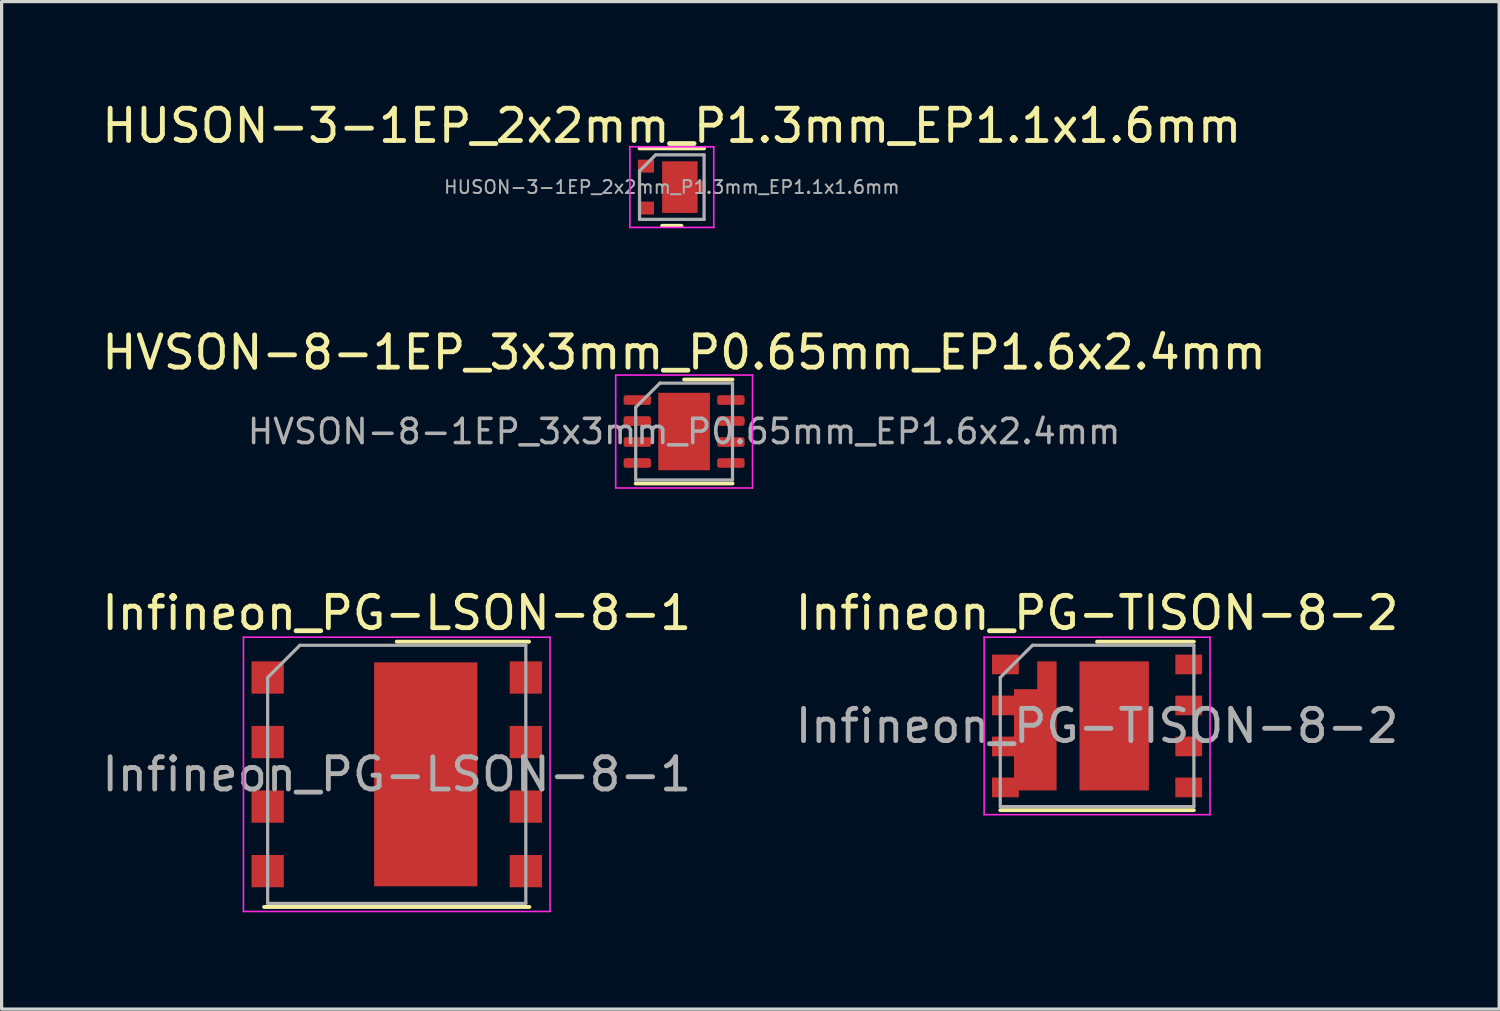
<source format=kicad_pcb>
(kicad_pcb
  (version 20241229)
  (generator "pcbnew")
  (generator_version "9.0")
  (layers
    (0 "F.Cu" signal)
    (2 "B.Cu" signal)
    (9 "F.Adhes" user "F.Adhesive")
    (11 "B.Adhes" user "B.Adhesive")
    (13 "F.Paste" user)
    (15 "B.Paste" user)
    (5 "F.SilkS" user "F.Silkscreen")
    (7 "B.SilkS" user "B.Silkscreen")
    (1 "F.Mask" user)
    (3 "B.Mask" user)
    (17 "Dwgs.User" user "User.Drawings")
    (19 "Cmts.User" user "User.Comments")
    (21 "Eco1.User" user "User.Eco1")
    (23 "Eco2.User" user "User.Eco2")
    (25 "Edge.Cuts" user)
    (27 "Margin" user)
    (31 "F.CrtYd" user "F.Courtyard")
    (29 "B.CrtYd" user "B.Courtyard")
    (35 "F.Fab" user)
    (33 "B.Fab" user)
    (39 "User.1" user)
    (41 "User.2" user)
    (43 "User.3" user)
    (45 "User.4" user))
  (footprint "HVSON-8-1EP_3x3mm_P0.65mm_EP1.6x2.4mm"
    (layer "F.Cu")
    (at 18.149 10.322)
    (property "Reference" "HVSON-8-1EP_3x3mm_P0.65mm_EP1.6x2.4mm" (at 0 -2.45 0) (layer "F.SilkS") (effects (font (size 1 1) (thickness 0.15))))
    (attr smd)
    (fp_line (start -1.5 1.61) (end 1.5 1.61) (stroke (width 0.12) (type solid)) (layer "F.SilkS"))
    (fp_line (start 0 -1.61) (end 1.5 -1.61) (stroke (width 0.12) (type solid)) (layer "F.SilkS"))
    (fp_line (start -2.12 -1.75) (end -2.12 1.75) (stroke (width 0.05) (type solid)) (layer "F.CrtYd"))
    (fp_line (start -2.12 1.75) (end 2.12 1.75) (stroke (width 0.05) (type solid)) (layer "F.CrtYd"))
    (fp_line (start 2.12 -1.75) (end -2.12 -1.75) (stroke (width 0.05) (type solid)) (layer "F.CrtYd"))
    (fp_line (start 2.12 1.75) (end 2.12 -1.75) (stroke (width 0.05) (type solid)) (layer "F.CrtYd"))
    (fp_line (start -1.5 -0.75) (end -0.75 -1.5) (stroke (width 0.1) (type solid)) (layer "F.Fab"))
    (fp_line (start -1.5 1.5) (end -1.5 -0.75) (stroke (width 0.1) (type solid)) (layer "F.Fab"))
    (fp_line (start -0.75 -1.5) (end 1.5 -1.5) (stroke (width 0.1) (type solid)) (layer "F.Fab"))
    (fp_line (start 1.5 -1.5) (end 1.5 1.5) (stroke (width 0.1) (type solid)) (layer "F.Fab"))
    (fp_line (start 1.5 1.5) (end -1.5 1.5) (stroke (width 0.1) (type solid)) (layer "F.Fab"))
    (fp_text user "${REFERENCE}" (at 0 0 0) (layer "F.Fab") (effects (font (size 0.75 0.75) (thickness 0.11))))
    (pad "" smd roundrect (at -0.4 -0.6) (size 0.64 0.97) (layers "F.Paste") (roundrect_rratio 0.25))
    (pad "" smd roundrect (at -0.4 0.6) (size 0.64 0.97) (layers "F.Paste") (roundrect_rratio 0.25))
    (pad "" smd roundrect (at 0.4 -0.6) (size 0.64 0.97) (layers "F.Paste") (roundrect_rratio 0.25))
    (pad "" smd roundrect (at 0.4 0.6) (size 0.64 0.97) (layers "F.Paste") (roundrect_rratio 0.25))
    (pad "1" smd roundrect (at -1.45 -0.975) (size 0.85 0.3) (layers "F.Cu" "F.Mask" "F.Paste") (roundrect_rratio 0.25))
    (pad "2" smd roundrect (at -1.45 -0.325) (size 0.85 0.3) (layers "F.Cu" "F.Mask" "F.Paste") (roundrect_rratio 0.25))
    (pad "3" smd roundrect (at -1.45 0.325) (size 0.85 0.3) (layers "F.Cu" "F.Mask" "F.Paste") (roundrect_rratio 0.25))
    (pad "4" smd roundrect (at -1.45 0.975) (size 0.85 0.3) (layers "F.Cu" "F.Mask" "F.Paste") (roundrect_rratio 0.25))
    (pad "5" smd roundrect (at 1.45 0.975) (size 0.85 0.3) (layers "F.Cu" "F.Mask" "F.Paste") (roundrect_rratio 0.25))
    (pad "6" smd roundrect (at 1.45 0.325) (size 0.85 0.3) (layers "F.Cu" "F.Mask" "F.Paste") (roundrect_rratio 0.25))
    (pad "7" smd roundrect (at 1.45 -0.325) (size 0.85 0.3) (layers "F.Cu" "F.Mask" "F.Paste") (roundrect_rratio 0.25))
    (pad "8" smd roundrect (at 1.45 -0.975) (size 0.85 0.3) (layers "F.Cu" "F.Mask" "F.Paste") (roundrect_rratio 0.25))
    (pad "9" smd rect (at 0 0) (size 1.6 2.4) (layers "F.Cu" "F.Mask")))
  (footprint "HUSON-3-1EP_2x2mm_P1.3mm_EP1.1x1.6mm"
    (layer "F.Cu")
    (at 17.768 2.748)
    (property "Reference" "HUSON-3-1EP_2x2mm_P1.3mm_EP1.1x1.6mm" (at 0 -1.9 0) (layer "F.SilkS") (effects (font (size 1 1) (thickness 0.15))))
    (attr smd)
    (fp_line (start -0.3 1.2) (end 0.3 1.2) (stroke (width 0.12) (type solid)) (layer "F.SilkS"))
    (fp_line (start 1 -1.2) (end -1 -1.2) (stroke (width 0.12) (type solid)) (layer "F.SilkS"))
    (fp_line (start -1.3 -1.25) (end 1.3 -1.25) (stroke (width 0.05) (type solid)) (layer "F.CrtYd"))
    (fp_line (start -1.3 1.25) (end -1.3 -1.25) (stroke (width 0.05) (type solid)) (layer "F.CrtYd"))
    (fp_line (start 1.3 -1.25) (end 1.3 1.25) (stroke (width 0.05) (type solid)) (layer "F.CrtYd"))
    (fp_line (start 1.3 1.25) (end -1.3 1.25) (stroke (width 0.05) (type solid)) (layer "F.CrtYd"))
    (fp_line (start -1 -0.5) (end -0.5 -1) (stroke (width 0.1) (type solid)) (layer "F.Fab"))
    (fp_line (start -1 1) (end -1 -0.5) (stroke (width 0.1) (type solid)) (layer "F.Fab"))
    (fp_line (start -0.5 -1) (end 1 -1) (stroke (width 0.1) (type solid)) (layer "F.Fab"))
    (fp_line (start 1 -1) (end 1 1) (stroke (width 0.1) (type solid)) (layer "F.Fab"))
    (fp_line (start 1 1) (end -1 1) (stroke (width 0.1) (type solid)) (layer "F.Fab"))
    (fp_text user "${REFERENCE}" (at 0 0 0) (layer "F.Fab") (effects (font (size 0.4 0.4) (thickness 0.06))))
    (pad "1" smd rect (at -0.8 -0.65) (size 0.5 0.4) (layers "F.Cu" "F.Mask" "F.Paste"))
    (pad "2" smd rect (at -0.8 0.65) (size 0.5 0.4) (layers "F.Cu" "F.Mask" "F.Paste"))
    (pad "3" smd rect (at 0.25 0) (size 1.1 1.6) (layers "F.Cu" "F.Mask" "F.Paste"))
    (pad "3" smd rect (at 0.925 0) (size 0.25 0.4) (layers "F.Cu" "F.Mask" "F.Paste")))
  (footprint "Infineon_PG-LSON-8-1"
    (layer "F.Cu")
    (at 9.244 20.945)
    (property "Reference" "Infineon_PG-LSON-8-1" (at 0 -5 0) (layer "F.SilkS") (effects (font (size 1 1) (thickness 0.15))))
    (attr smd)
    (fp_line (start -4.11 4.11) (end 4.11 4.11) (stroke (width 0.12) (type solid)) (layer "F.SilkS"))
    (fp_line (start 0 -4.11) (end 4.1 -4.11) (stroke (width 0.12) (type solid)) (layer "F.SilkS"))
    (fp_line (start -4.75 -4.25) (end -4.75 4.25) (stroke (width 0.05) (type solid)) (layer "F.CrtYd"))
    (fp_line (start -4.75 -4.25) (end 4.75 -4.25) (stroke (width 0.05) (type solid)) (layer "F.CrtYd"))
    (fp_line (start -4.75 4.25) (end 4.75 4.25) (stroke (width 0.05) (type solid)) (layer "F.CrtYd"))
    (fp_line (start 4.75 -4.25) (end 4.75 4.25) (stroke (width 0.05) (type solid)) (layer "F.CrtYd"))
    (fp_line (start -4 -3) (end -4 4) (stroke (width 0.1) (type solid)) (layer "F.Fab"))
    (fp_line (start -4 4) (end 4 4) (stroke (width 0.1) (type solid)) (layer "F.Fab"))
    (fp_line (start -3 -4) (end -4 -3) (stroke (width 0.1) (type solid)) (layer "F.Fab"))
    (fp_line (start -3 -4) (end 4 -4) (stroke (width 0.1) (type solid)) (layer "F.Fab"))
    (fp_line (start 4 -4) (end 4 4) (stroke (width 0.1) (type solid)) (layer "F.Fab"))
    (fp_text user "${REFERENCE}" (at 0 0 0) (layer "F.Fab") (effects (font (size 1 1) (thickness 0.15))))
    (pad "" smd rect (at 0.15 -2.55) (size 1.2 1.4) (layers "F.Paste"))
    (pad "" smd rect (at 0.15 -0.85) (size 1.2 1.4) (layers "F.Paste"))
    (pad "" smd rect (at 0.15 0.85) (size 1.2 1.4) (layers "F.Paste"))
    (pad "" smd rect (at 0.15 2.55) (size 1.2 1.4) (layers "F.Paste"))
    (pad "" smd rect (at 1.65 -2.55) (size 1.2 1.4) (layers "F.Paste"))
    (pad "" smd rect (at 1.65 -0.85) (size 1.2 1.4) (layers "F.Paste"))
    (pad "" smd rect (at 1.65 0.85) (size 1.2 1.4) (layers "F.Paste"))
    (pad "" smd rect (at 1.65 2.55) (size 1.2 1.4) (layers "F.Paste"))
    (pad "1" smd rect (at -4 -3) (size 1 1) (layers "F.Cu" "F.Mask" "F.Paste"))
    (pad "2" smd rect (at -4 -1) (size 1 1) (layers "F.Cu" "F.Mask" "F.Paste"))
    (pad "3" smd rect (at -4 1) (size 1 1) (layers "F.Cu" "F.Mask" "F.Paste"))
    (pad "4" smd rect (at -4 3) (size 1 1) (layers "F.Cu" "F.Mask" "F.Paste"))
    (pad "5" smd rect (at 4 3) (size 1 1) (layers "F.Cu" "F.Mask" "F.Paste"))
    (pad "6" smd rect (at 4 1) (size 1 1) (layers "F.Cu" "F.Mask" "F.Paste"))
    (pad "7" smd rect (at 4 -1) (size 1 1) (layers "F.Cu" "F.Mask" "F.Paste"))
    (pad "8" smd rect (at 4 -3) (size 1 1) (layers "F.Cu" "F.Mask" "F.Paste"))
    (pad "9" smd rect (at 0.9 0) (size 3.2 6.94) (layers "F.Cu" "F.Mask")))
  (footprint "Infineon_PG-TISON-8-2"
    (layer "F.Cu")
    (at 30.946 19.445)
    (property "Reference" "Infineon_PG-TISON-8-2" (at 0 -3.5 0) (layer "F.SilkS") (effects (font (size 1 1) (thickness 0.15))))
    (attr smd)
    (fp_line (start 3 -2.61) (end 0 -2.61) (stroke (width 0.12) (type solid)) (layer "F.SilkS"))
    (fp_line (start 3 2.61) (end -3 2.61) (stroke (width 0.12) (type solid)) (layer "F.SilkS"))
    (fp_line (start -3.5 -2.75) (end 3.5 -2.75) (stroke (width 0.05) (type solid)) (layer "F.CrtYd"))
    (fp_line (start -3.5 2.75) (end -3.5 -2.75) (stroke (width 0.05) (type solid)) (layer "F.CrtYd"))
    (fp_line (start 3.5 -2.75) (end 3.5 2.75) (stroke (width 0.05) (type solid)) (layer "F.CrtYd"))
    (fp_line (start 3.5 2.75) (end -3.5 2.75) (stroke (width 0.05) (type solid)) (layer "F.CrtYd"))
    (fp_line (start -3 -1.5) (end -3 2.5) (stroke (width 0.1) (type solid)) (layer "F.Fab"))
    (fp_line (start -2 -2.5) (end -3 -1.5) (stroke (width 0.1) (type solid)) (layer "F.Fab"))
    (fp_line (start -2 -2.5) (end 3 -2.5) (stroke (width 0.1) (type solid)) (layer "F.Fab"))
    (fp_line (start 3 -2.5) (end 3 2.5) (stroke (width 0.1) (type solid)) (layer "F.Fab"))
    (fp_line (start 3 2.5) (end -3 2.5) (stroke (width 0.1) (type solid)) (layer "F.Fab"))
    (fp_text user "${REFERENCE}" (at 0 0 0) (layer "F.Fab") (effects (font (size 1 1) (thickness 0.15))))
    (pad "" smd rect (at -2.84 -0.635) (size 0.73 0.51) (layers "F.Paste"))
    (pad "" smd rect (at -2.84 0.635) (size 0.73 0.51) (layers "F.Paste"))
    (pad "" smd rect (at -2.84 1.905) (size 0.73 0.51) (layers "F.Paste"))
    (pad "" smd rect (at -1.82 -0.64) (size 0.9 0.5) (layers "F.Paste"))
    (pad "" smd rect (at -1.82 0.06) (size 0.9 0.5) (layers "F.Paste"))
    (pad "" smd rect (at -1.82 0.76) (size 0.9 0.5) (layers "F.Paste"))
    (pad "" smd rect (at -1.82 1.46) (size 0.9 0.5) (layers "F.Paste"))
    (pad "" smd rect (at -1.545 -1.6) (size 0.35 0.6) (layers "F.Paste"))
    (pad "" smd rect (at 0 -1.425) (size 0.75 0.75) (layers "F.Paste"))
    (pad "" smd rect (at 0 -0.475) (size 0.75 0.75) (layers "F.Paste"))
    (pad "" smd rect (at 0 0.475) (size 0.75 0.75) (layers "F.Paste"))
    (pad "" smd rect (at 0 1.425) (size 0.75 0.75) (layers "F.Paste"))
    (pad "" smd rect (at 1.025 -1.425) (size 0.75 0.75) (layers "F.Paste"))
    (pad "" smd rect (at 1.025 -0.475) (size 0.75 0.75) (layers "F.Paste"))
    (pad "" smd rect (at 1.025 0.475) (size 0.75 0.75) (layers "F.Paste"))
    (pad "" smd rect (at 1.025 1.425) (size 0.75 0.75) (layers "F.Paste"))
    (pad "1" smd rect (at -2.84 -1.905) (size 0.83 0.61) (layers "F.Cu" "F.Mask" "F.Paste"))
    (pad "2" smd custom (at -1.555 0) (size 0.6 4) (layers "F.Cu" "F.Mask") (options (anchor rect)) (primitives (gr_poly (pts (xy -0.3 -1.14) (xy -1.02 -1.14) (xy -1.02 -0.94) (xy -1.7 -0.94) (xy -1.7 -0.33) (xy -1.02 -0.33) (xy -1.02 0.33) (xy -1.7 0.33) (xy -1.7 0.94) (xy -1.02 0.94) (xy -1.02 1.6) (xy -1.7 1.6) (xy -1.7 2.21) (xy -0.87 2.21) (xy -0.87 2) (xy -0.3 2)) (width 0) (fill yes))))
    (pad "3" smd rect (at 2.84 1.905) (size 0.83 0.61) (layers "F.Cu" "F.Mask" "F.Paste"))
    (pad "4" smd rect (at 2.84 0.635) (size 0.83 0.61) (layers "F.Cu" "F.Mask" "F.Paste"))
    (pad "5" smd rect (at 2.84 -0.635) (size 0.83 0.61) (layers "F.Cu" "F.Mask" "F.Paste"))
    (pad "6" smd rect (at 2.84 -1.905) (size 0.83 0.61) (layers "F.Cu" "F.Mask" "F.Paste"))
    (pad "7" smd rect (at 0.53 0) (size 2.15 4) (layers "F.Cu" "F.Mask")))
  (gr_rect
    (start -3 -3)
    (end 43.405 28.22)
    (stroke (width 0.1) (type default))
    (fill no)
    (layer "Edge.Cuts")))
</source>
